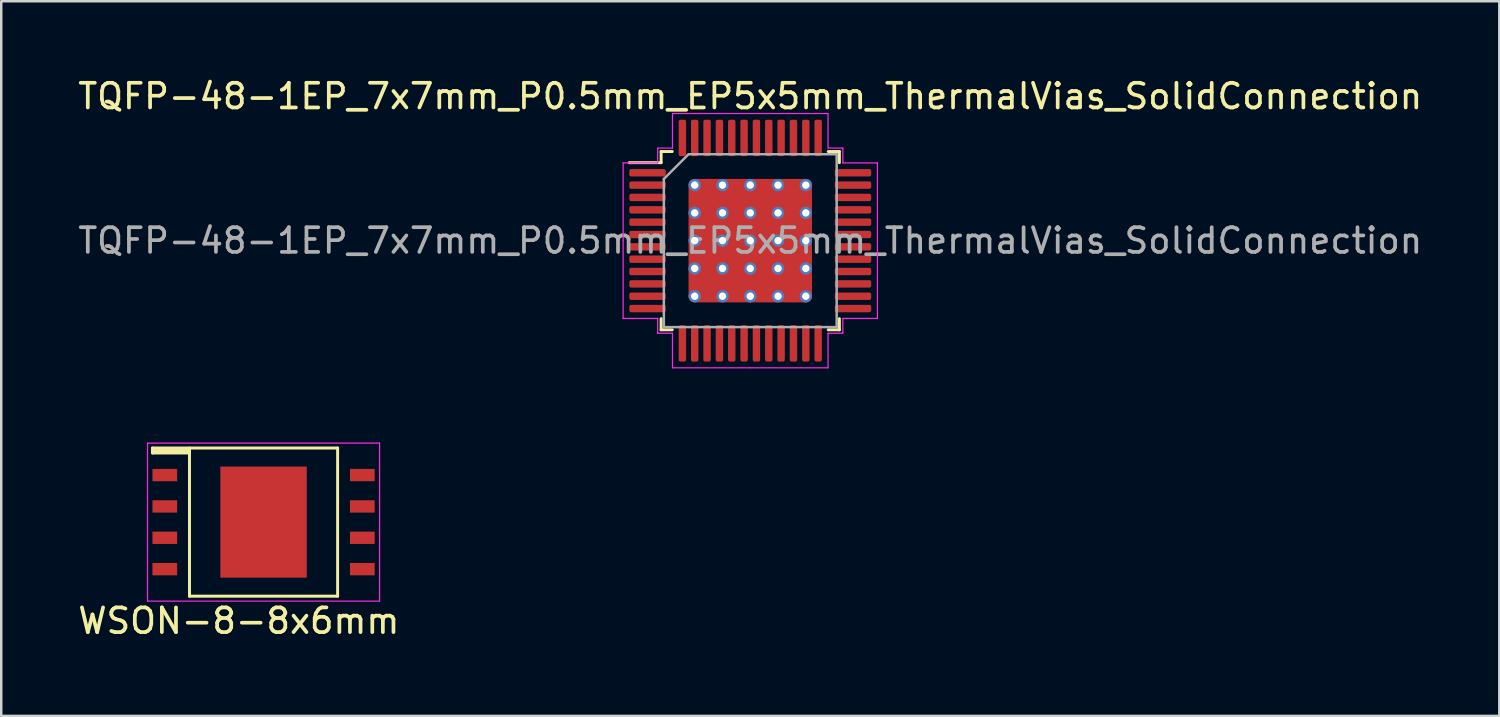
<source format=kicad_pcb>
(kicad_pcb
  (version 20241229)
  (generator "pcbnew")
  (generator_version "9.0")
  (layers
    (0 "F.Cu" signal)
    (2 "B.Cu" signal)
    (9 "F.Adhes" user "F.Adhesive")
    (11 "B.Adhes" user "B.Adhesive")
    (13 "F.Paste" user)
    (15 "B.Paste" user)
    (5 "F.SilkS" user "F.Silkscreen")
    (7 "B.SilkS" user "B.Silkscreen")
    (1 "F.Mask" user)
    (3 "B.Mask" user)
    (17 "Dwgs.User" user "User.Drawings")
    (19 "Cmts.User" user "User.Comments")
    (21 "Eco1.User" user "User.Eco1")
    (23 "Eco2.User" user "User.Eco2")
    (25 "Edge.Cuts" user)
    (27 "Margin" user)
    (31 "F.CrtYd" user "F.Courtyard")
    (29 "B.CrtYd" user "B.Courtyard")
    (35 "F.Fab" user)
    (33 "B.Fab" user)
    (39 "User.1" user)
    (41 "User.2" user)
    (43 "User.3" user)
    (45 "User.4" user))
  (footprint "WSON-8-8x6mm"
    (layer "F.Cu")
    (at 7.625 18.098)
    (property "Reference" "WSON-8-8x6mm" (at -1 4 0) (layer "F.SilkS") (effects (font (size 1 1) (thickness 0.15))))
    (attr through_hole)
    (fp_line (start -4.5 -3) (end -4.5 -2.8) (stroke (width 0.12) (type solid)) (layer "F.SilkS"))
    (fp_line (start -4.5 -2.8) (end -3 -2.8) (stroke (width 0.12) (type solid)) (layer "F.SilkS"))
    (fp_line (start -3 -3) (end -3 3) (stroke (width 0.12) (type solid)) (layer "F.SilkS"))
    (fp_line (start -3 -2.9) (end -4.5 -2.9) (stroke (width 0.12) (type solid)) (layer "F.SilkS"))
    (fp_line (start -3 -2.8) (end -3 -2.9) (stroke (width 0.12) (type solid)) (layer "F.SilkS"))
    (fp_line (start -3 3) (end 3 3) (stroke (width 0.12) (type solid)) (layer "F.SilkS"))
    (fp_line (start 3 -3) (end -4.5 -3) (stroke (width 0.12) (type solid)) (layer "F.SilkS"))
    (fp_line (start 3 3) (end 3 -3) (stroke (width 0.12) (type solid)) (layer "F.SilkS"))
    (fp_line (start -4.7 -3.2) (end -4.7 3.2) (stroke (width 0.05) (type solid)) (layer "F.CrtYd"))
    (fp_line (start -4.7 3.2) (end 4.7 3.2) (stroke (width 0.05) (type solid)) (layer "F.CrtYd"))
    (fp_line (start 4.7 -3.2) (end -4.7 -3.2) (stroke (width 0.05) (type solid)) (layer "F.CrtYd"))
    (fp_line (start 4.7 3.2) (end 4.7 -3.2) (stroke (width 0.05) (type solid)) (layer "F.CrtYd"))
    (pad "1" smd rect (at -4 -1.905) (size 1 0.5) (layers "F.Cu" "F.Mask" "F.Paste"))
    (pad "2" smd rect (at -4 -0.635) (size 1 0.5) (layers "F.Cu" "F.Mask" "F.Paste"))
    (pad "3" smd rect (at -4 0.635) (size 1 0.5) (layers "F.Cu" "F.Mask" "F.Paste"))
    (pad "4" smd rect (at -4 1.905) (size 1 0.5) (layers "F.Cu" "F.Mask" "F.Paste"))
    (pad "5" smd rect (at 4 1.905) (size 1 0.5) (layers "F.Cu" "F.Mask" "F.Paste"))
    (pad "6" smd rect (at 4 0.635) (size 1 0.5) (layers "F.Cu" "F.Mask" "F.Paste"))
    (pad "7" smd rect (at 4 -0.635) (size 1 0.5) (layers "F.Cu" "F.Mask" "F.Paste"))
    (pad "8" smd rect (at 4 -1.905) (size 1 0.5) (layers "F.Cu" "F.Mask" "F.Paste"))
    (pad "9" smd rect (at 0 0) (size 3.5 4.5) (layers "F.Cu" "F.Mask" "F.Paste")))
  (footprint "TQFP-48-1EP_7x7mm_P0.5mm_EP5x5mm_ThermalVias_SolidConnection"
    (layer "F.Cu")
    (at 27.339 6.698)
    (property "Reference" "TQFP-48-1EP_7x7mm_P0.5mm_EP5x5mm_ThermalVias_SolidConnection" (at 0 -5.85 180) (layer "F.SilkS") (effects (font (size 1 1) (thickness 0.15))))
    (attr smd)
    (fp_line (start -3.61 -3.61) (end -3.61 -3.16) (stroke (width 0.12) (type solid)) (layer "F.SilkS"))
    (fp_line (start -3.61 -3.16) (end -4.9 -3.16) (stroke (width 0.12) (type solid)) (layer "F.SilkS"))
    (fp_line (start -3.61 3.61) (end -3.61 3.16) (stroke (width 0.12) (type solid)) (layer "F.SilkS"))
    (fp_line (start -3.16 -3.61) (end -3.61 -3.61) (stroke (width 0.12) (type solid)) (layer "F.SilkS"))
    (fp_line (start -3.16 3.61) (end -3.61 3.61) (stroke (width 0.12) (type solid)) (layer "F.SilkS"))
    (fp_line (start 3.16 -3.61) (end 3.61 -3.61) (stroke (width 0.12) (type solid)) (layer "F.SilkS"))
    (fp_line (start 3.16 3.61) (end 3.61 3.61) (stroke (width 0.12) (type solid)) (layer "F.SilkS"))
    (fp_line (start 3.61 -3.61) (end 3.61 -3.16) (stroke (width 0.12) (type solid)) (layer "F.SilkS"))
    (fp_line (start 3.61 3.61) (end 3.61 3.16) (stroke (width 0.12) (type solid)) (layer "F.SilkS"))
    (fp_line (start -5.15 -3.15) (end -5.15 0) (stroke (width 0.05) (type solid)) (layer "F.CrtYd"))
    (fp_line (start -5.15 3.15) (end -5.15 0) (stroke (width 0.05) (type solid)) (layer "F.CrtYd"))
    (fp_line (start -3.75 -3.75) (end -3.75 -3.15) (stroke (width 0.05) (type solid)) (layer "F.CrtYd"))
    (fp_line (start -3.75 -3.15) (end -5.15 -3.15) (stroke (width 0.05) (type solid)) (layer "F.CrtYd"))
    (fp_line (start -3.75 3.15) (end -5.15 3.15) (stroke (width 0.05) (type solid)) (layer "F.CrtYd"))
    (fp_line (start -3.75 3.75) (end -3.75 3.15) (stroke (width 0.05) (type solid)) (layer "F.CrtYd"))
    (fp_line (start -3.15 -5.15) (end -3.15 -3.75) (stroke (width 0.05) (type solid)) (layer "F.CrtYd"))
    (fp_line (start -3.15 -3.75) (end -3.75 -3.75) (stroke (width 0.05) (type solid)) (layer "F.CrtYd"))
    (fp_line (start -3.15 3.75) (end -3.75 3.75) (stroke (width 0.05) (type solid)) (layer "F.CrtYd"))
    (fp_line (start -3.15 5.15) (end -3.15 3.75) (stroke (width 0.05) (type solid)) (layer "F.CrtYd"))
    (fp_line (start 0 -5.15) (end -3.15 -5.15) (stroke (width 0.05) (type solid)) (layer "F.CrtYd"))
    (fp_line (start 0 -5.15) (end 3.15 -5.15) (stroke (width 0.05) (type solid)) (layer "F.CrtYd"))
    (fp_line (start 0 5.15) (end -3.15 5.15) (stroke (width 0.05) (type solid)) (layer "F.CrtYd"))
    (fp_line (start 0 5.15) (end 3.15 5.15) (stroke (width 0.05) (type solid)) (layer "F.CrtYd"))
    (fp_line (start 3.15 -5.15) (end 3.15 -3.75) (stroke (width 0.05) (type solid)) (layer "F.CrtYd"))
    (fp_line (start 3.15 -3.75) (end 3.75 -3.75) (stroke (width 0.05) (type solid)) (layer "F.CrtYd"))
    (fp_line (start 3.15 3.75) (end 3.75 3.75) (stroke (width 0.05) (type solid)) (layer "F.CrtYd"))
    (fp_line (start 3.15 5.15) (end 3.15 3.75) (stroke (width 0.05) (type solid)) (layer "F.CrtYd"))
    (fp_line (start 3.75 -3.75) (end 3.75 -3.15) (stroke (width 0.05) (type solid)) (layer "F.CrtYd"))
    (fp_line (start 3.75 -3.15) (end 5.15 -3.15) (stroke (width 0.05) (type solid)) (layer "F.CrtYd"))
    (fp_line (start 3.75 3.15) (end 5.15 3.15) (stroke (width 0.05) (type solid)) (layer "F.CrtYd"))
    (fp_line (start 3.75 3.75) (end 3.75 3.15) (stroke (width 0.05) (type solid)) (layer "F.CrtYd"))
    (fp_line (start 5.15 -3.15) (end 5.15 0) (stroke (width 0.05) (type solid)) (layer "F.CrtYd"))
    (fp_line (start 5.15 3.15) (end 5.15 0) (stroke (width 0.05) (type solid)) (layer "F.CrtYd"))
    (fp_line (start -3.5 -2.5) (end -2.5 -3.5) (stroke (width 0.1) (type solid)) (layer "F.Fab"))
    (fp_line (start -3.5 3.5) (end -3.5 -2.5) (stroke (width 0.1) (type solid)) (layer "F.Fab"))
    (fp_line (start -2.5 -3.5) (end 3.5 -3.5) (stroke (width 0.1) (type solid)) (layer "F.Fab"))
    (fp_line (start 3.5 -3.5) (end 3.5 3.5) (stroke (width 0.1) (type solid)) (layer "F.Fab"))
    (fp_line (start 3.5 3.5) (end -3.5 3.5) (stroke (width 0.1) (type solid)) (layer "F.Fab"))
    (fp_text user "${REFERENCE}" (at 0 0 180) (layer "F.Fab") (effects (font (size 1 1) (thickness 0.15))))
    (pad "" smd custom (at -1.688 -1.688) (size 0.891 0.891) (layers "F.Paste") (options (anchor circle)) (primitives (gr_poly (pts (xy -0.504 -0.338) (xy -0.338 -0.504) (xy 0.338 -0.504) (xy 0.504 -0.338) (xy 0.504 0.338) (xy 0.338 0.504) (xy -0.338 0.504) (xy -0.504 0.338)) (width 0) (fill yes))))
    (pad "" smd custom (at -1.688 -0.562) (size 0.891 0.891) (layers "F.Paste") (options (anchor circle)) (primitives (gr_poly (pts (xy -0.504 -0.338) (xy -0.338 -0.504) (xy 0.338 -0.504) (xy 0.504 -0.338) (xy 0.504 0.338) (xy 0.338 0.504) (xy -0.338 0.504) (xy -0.504 0.338)) (width 0) (fill yes))))
    (pad "" smd custom (at -1.688 0.562) (size 0.891 0.891) (layers "F.Paste") (options (anchor circle)) (primitives (gr_poly (pts (xy -0.504 -0.338) (xy -0.338 -0.504) (xy 0.338 -0.504) (xy 0.504 -0.338) (xy 0.504 0.338) (xy 0.338 0.504) (xy -0.338 0.504) (xy -0.504 0.338)) (width 0) (fill yes))))
    (pad "" smd custom (at -1.688 1.688) (size 0.891 0.891) (layers "F.Paste") (options (anchor circle)) (primitives (gr_poly (pts (xy -0.504 -0.338) (xy -0.338 -0.504) (xy 0.338 -0.504) (xy 0.504 -0.338) (xy 0.504 0.338) (xy 0.338 0.504) (xy -0.338 0.504) (xy -0.504 0.338)) (width 0) (fill yes))))
    (pad "" smd custom (at -0.562 -1.688) (size 0.891 0.891) (layers "F.Paste") (options (anchor circle)) (primitives (gr_poly (pts (xy -0.504 -0.338) (xy -0.338 -0.504) (xy 0.338 -0.504) (xy 0.504 -0.338) (xy 0.504 0.338) (xy 0.338 0.504) (xy -0.338 0.504) (xy -0.504 0.338)) (width 0) (fill yes))))
    (pad "" smd custom (at -0.562 -0.562) (size 0.891 0.891) (layers "F.Paste") (options (anchor circle)) (primitives (gr_poly (pts (xy -0.504 -0.338) (xy -0.338 -0.504) (xy 0.338 -0.504) (xy 0.504 -0.338) (xy 0.504 0.338) (xy 0.338 0.504) (xy -0.338 0.504) (xy -0.504 0.338)) (width 0) (fill yes))))
    (pad "" smd custom (at -0.562 0.562) (size 0.891 0.891) (layers "F.Paste") (options (anchor circle)) (primitives (gr_poly (pts (xy -0.504 -0.338) (xy -0.338 -0.504) (xy 0.338 -0.504) (xy 0.504 -0.338) (xy 0.504 0.338) (xy 0.338 0.504) (xy -0.338 0.504) (xy -0.504 0.338)) (width 0) (fill yes))))
    (pad "" smd custom (at -0.562 1.688) (size 0.891 0.891) (layers "F.Paste") (options (anchor circle)) (primitives (gr_poly (pts (xy -0.504 -0.338) (xy -0.338 -0.504) (xy 0.338 -0.504) (xy 0.504 -0.338) (xy 0.504 0.338) (xy 0.338 0.504) (xy -0.338 0.504) (xy -0.504 0.338)) (width 0) (fill yes))))
    (pad "" smd custom (at 0.562 -1.688) (size 0.891 0.891) (layers "F.Paste") (options (anchor circle)) (primitives (gr_poly (pts (xy -0.504 -0.338) (xy -0.338 -0.504) (xy 0.338 -0.504) (xy 0.504 -0.338) (xy 0.504 0.338) (xy 0.338 0.504) (xy -0.338 0.504) (xy -0.504 0.338)) (width 0) (fill yes))))
    (pad "" smd custom (at 0.562 -0.562) (size 0.891 0.891) (layers "F.Paste") (options (anchor circle)) (primitives (gr_poly (pts (xy -0.504 -0.338) (xy -0.338 -0.504) (xy 0.338 -0.504) (xy 0.504 -0.338) (xy 0.504 0.338) (xy 0.338 0.504) (xy -0.338 0.504) (xy -0.504 0.338)) (width 0) (fill yes))))
    (pad "" smd custom (at 0.562 0.562) (size 0.891 0.891) (layers "F.Paste") (options (anchor circle)) (primitives (gr_poly (pts (xy -0.504 -0.338) (xy -0.338 -0.504) (xy 0.338 -0.504) (xy 0.504 -0.338) (xy 0.504 0.338) (xy 0.338 0.504) (xy -0.338 0.504) (xy -0.504 0.338)) (width 0) (fill yes))))
    (pad "" smd custom (at 0.562 1.688) (size 0.891 0.891) (layers "F.Paste") (options (anchor circle)) (primitives (gr_poly (pts (xy -0.504 -0.338) (xy -0.338 -0.504) (xy 0.338 -0.504) (xy 0.504 -0.338) (xy 0.504 0.338) (xy 0.338 0.504) (xy -0.338 0.504) (xy -0.504 0.338)) (width 0) (fill yes))))
    (pad "" smd custom (at 1.688 -1.688) (size 0.891 0.891) (layers "F.Paste") (options (anchor circle)) (primitives (gr_poly (pts (xy -0.504 -0.338) (xy -0.338 -0.504) (xy 0.338 -0.504) (xy 0.504 -0.338) (xy 0.504 0.338) (xy 0.338 0.504) (xy -0.338 0.504) (xy -0.504 0.338)) (width 0) (fill yes))))
    (pad "" smd custom (at 1.688 -0.562) (size 0.891 0.891) (layers "F.Paste") (options (anchor circle)) (primitives (gr_poly (pts (xy -0.504 -0.338) (xy -0.338 -0.504) (xy 0.338 -0.504) (xy 0.504 -0.338) (xy 0.504 0.338) (xy 0.338 0.504) (xy -0.338 0.504) (xy -0.504 0.338)) (width 0) (fill yes))))
    (pad "" smd custom (at 1.688 0.562) (size 0.891 0.891) (layers "F.Paste") (options (anchor circle)) (primitives (gr_poly (pts (xy -0.504 -0.338) (xy -0.338 -0.504) (xy 0.338 -0.504) (xy 0.504 -0.338) (xy 0.504 0.338) (xy 0.338 0.504) (xy -0.338 0.504) (xy -0.504 0.338)) (width 0) (fill yes))))
    (pad "" smd custom (at 1.688 1.688) (size 0.891 0.891) (layers "F.Paste") (options (anchor circle)) (primitives (gr_poly (pts (xy -0.504 -0.338) (xy -0.338 -0.504) (xy 0.338 -0.504) (xy 0.504 -0.338) (xy 0.504 0.338) (xy 0.338 0.504) (xy -0.338 0.504) (xy -0.504 0.338)) (width 0) (fill yes))))
    (pad "1" smd roundrect (at -4.162 -2.75) (size 1.475 0.3) (layers "F.Cu" "F.Mask" "F.Paste") (roundrect_rratio 0.25))
    (pad "2" smd roundrect (at -4.162 -2.25) (size 1.475 0.3) (layers "F.Cu" "F.Mask" "F.Paste") (roundrect_rratio 0.25))
    (pad "3" smd roundrect (at -4.162 -1.75) (size 1.475 0.3) (layers "F.Cu" "F.Mask" "F.Paste") (roundrect_rratio 0.25))
    (pad "4" smd roundrect (at -4.162 -1.25) (size 1.475 0.3) (layers "F.Cu" "F.Mask" "F.Paste") (roundrect_rratio 0.25))
    (pad "5" smd roundrect (at -4.162 -0.75) (size 1.475 0.3) (layers "F.Cu" "F.Mask" "F.Paste") (roundrect_rratio 0.25))
    (pad "6" smd roundrect (at -4.162 -0.25) (size 1.475 0.3) (layers "F.Cu" "F.Mask" "F.Paste") (roundrect_rratio 0.25))
    (pad "7" smd roundrect (at -4.162 0.25) (size 1.475 0.3) (layers "F.Cu" "F.Mask" "F.Paste") (roundrect_rratio 0.25))
    (pad "8" smd roundrect (at -4.162 0.75) (size 1.475 0.3) (layers "F.Cu" "F.Mask" "F.Paste") (roundrect_rratio 0.25))
    (pad "9" smd roundrect (at -4.162 1.25) (size 1.475 0.3) (layers "F.Cu" "F.Mask" "F.Paste") (roundrect_rratio 0.25))
    (pad "10" smd roundrect (at -4.162 1.75) (size 1.475 0.3) (layers "F.Cu" "F.Mask" "F.Paste") (roundrect_rratio 0.25))
    (pad "11" smd roundrect (at -4.162 2.25) (size 1.475 0.3) (layers "F.Cu" "F.Mask" "F.Paste") (roundrect_rratio 0.25))
    (pad "12" smd roundrect (at -4.162 2.75) (size 1.475 0.3) (layers "F.Cu" "F.Mask" "F.Paste") (roundrect_rratio 0.25))
    (pad "13" smd roundrect (at -2.75 4.162) (size 0.3 1.475) (layers "F.Cu" "F.Mask" "F.Paste") (roundrect_rratio 0.25))
    (pad "14" smd roundrect (at -2.25 4.162) (size 0.3 1.475) (layers "F.Cu" "F.Mask" "F.Paste") (roundrect_rratio 0.25))
    (pad "15" smd roundrect (at -1.75 4.162) (size 0.3 1.475) (layers "F.Cu" "F.Mask" "F.Paste") (roundrect_rratio 0.25))
    (pad "16" smd roundrect (at -1.25 4.162) (size 0.3 1.475) (layers "F.Cu" "F.Mask" "F.Paste") (roundrect_rratio 0.25))
    (pad "17" smd roundrect (at -0.75 4.162) (size 0.3 1.475) (layers "F.Cu" "F.Mask" "F.Paste") (roundrect_rratio 0.25))
    (pad "18" smd roundrect (at -0.25 4.162) (size 0.3 1.475) (layers "F.Cu" "F.Mask" "F.Paste") (roundrect_rratio 0.25))
    (pad "19" smd roundrect (at 0.25 4.162) (size 0.3 1.475) (layers "F.Cu" "F.Mask" "F.Paste") (roundrect_rratio 0.25))
    (pad "20" smd roundrect (at 0.75 4.162) (size 0.3 1.475) (layers "F.Cu" "F.Mask" "F.Paste") (roundrect_rratio 0.25))
    (pad "21" smd roundrect (at 1.25 4.162) (size 0.3 1.475) (layers "F.Cu" "F.Mask" "F.Paste") (roundrect_rratio 0.25))
    (pad "22" smd roundrect (at 1.75 4.162) (size 0.3 1.475) (layers "F.Cu" "F.Mask" "F.Paste") (roundrect_rratio 0.25))
    (pad "23" smd roundrect (at 2.25 4.162) (size 0.3 1.475) (layers "F.Cu" "F.Mask" "F.Paste") (roundrect_rratio 0.25))
    (pad "24" smd roundrect (at 2.75 4.162) (size 0.3 1.475) (layers "F.Cu" "F.Mask" "F.Paste") (roundrect_rratio 0.25))
    (pad "25" smd roundrect (at 4.162 2.75) (size 1.475 0.3) (layers "F.Cu" "F.Mask" "F.Paste") (roundrect_rratio 0.25))
    (pad "26" smd roundrect (at 4.162 2.25) (size 1.475 0.3) (layers "F.Cu" "F.Mask" "F.Paste") (roundrect_rratio 0.25))
    (pad "27" smd roundrect (at 4.162 1.75) (size 1.475 0.3) (layers "F.Cu" "F.Mask" "F.Paste") (roundrect_rratio 0.25))
    (pad "28" smd roundrect (at 4.162 1.25) (size 1.475 0.3) (layers "F.Cu" "F.Mask" "F.Paste") (roundrect_rratio 0.25))
    (pad "29" smd roundrect (at 4.162 0.75) (size 1.475 0.3) (layers "F.Cu" "F.Mask" "F.Paste") (roundrect_rratio 0.25))
    (pad "30" smd roundrect (at 4.162 0.25) (size 1.475 0.3) (layers "F.Cu" "F.Mask" "F.Paste") (roundrect_rratio 0.25))
    (pad "31" smd roundrect (at 4.162 -0.25) (size 1.475 0.3) (layers "F.Cu" "F.Mask" "F.Paste") (roundrect_rratio 0.25))
    (pad "32" smd roundrect (at 4.162 -0.75) (size 1.475 0.3) (layers "F.Cu" "F.Mask" "F.Paste") (roundrect_rratio 0.25))
    (pad "33" smd roundrect (at 4.162 -1.25) (size 1.475 0.3) (layers "F.Cu" "F.Mask" "F.Paste") (roundrect_rratio 0.25))
    (pad "34" smd roundrect (at 4.162 -1.75) (size 1.475 0.3) (layers "F.Cu" "F.Mask" "F.Paste") (roundrect_rratio 0.25))
    (pad "35" smd roundrect (at 4.162 -2.25) (size 1.475 0.3) (layers "F.Cu" "F.Mask" "F.Paste") (roundrect_rratio 0.25))
    (pad "36" smd roundrect (at 4.162 -2.75) (size 1.475 0.3) (layers "F.Cu" "F.Mask" "F.Paste") (roundrect_rratio 0.25))
    (pad "37" smd roundrect (at 2.75 -4.162) (size 0.3 1.475) (layers "F.Cu" "F.Mask" "F.Paste") (roundrect_rratio 0.25))
    (pad "38" smd roundrect (at 2.25 -4.162) (size 0.3 1.475) (layers "F.Cu" "F.Mask" "F.Paste") (roundrect_rratio 0.25))
    (pad "39" smd roundrect (at 1.75 -4.162) (size 0.3 1.475) (layers "F.Cu" "F.Mask" "F.Paste") (roundrect_rratio 0.25))
    (pad "40" smd roundrect (at 1.25 -4.162) (size 0.3 1.475) (layers "F.Cu" "F.Mask" "F.Paste") (roundrect_rratio 0.25))
    (pad "41" smd roundrect (at 0.75 -4.162) (size 0.3 1.475) (layers "F.Cu" "F.Mask" "F.Paste") (roundrect_rratio 0.25))
    (pad "42" smd roundrect (at 0.25 -4.162) (size 0.3 1.475) (layers "F.Cu" "F.Mask" "F.Paste") (roundrect_rratio 0.25))
    (pad "43" smd roundrect (at -0.25 -4.162) (size 0.3 1.475) (layers "F.Cu" "F.Mask" "F.Paste") (roundrect_rratio 0.25))
    (pad "44" smd roundrect (at -0.75 -4.162) (size 0.3 1.475) (layers "F.Cu" "F.Mask" "F.Paste") (roundrect_rratio 0.25))
    (pad "45" smd roundrect (at -1.25 -4.162) (size 0.3 1.475) (layers "F.Cu" "F.Mask" "F.Paste") (roundrect_rratio 0.25))
    (pad "46" smd roundrect (at -1.75 -4.162) (size 0.3 1.475) (layers "F.Cu" "F.Mask" "F.Paste") (roundrect_rratio 0.25))
    (pad "47" smd roundrect (at -2.25 -4.162) (size 0.3 1.475) (layers "F.Cu" "F.Mask" "F.Paste") (roundrect_rratio 0.25))
    (pad "48" smd roundrect (at -2.75 -4.162) (size 0.3 1.475) (layers "F.Cu" "F.Mask" "F.Paste") (roundrect_rratio 0.25))
    (pad "49" thru_hole circle (at -2.25 -2.25) (size 0.5 0.5) (drill 0.3) (layers "*.Cu"))
    (pad "49" thru_hole circle (at -2.25 -1.125) (size 0.5 0.5) (drill 0.3) (layers "*.Cu"))
    (pad "49" thru_hole circle (at -2.25 0) (size 0.5 0.5) (drill 0.3) (layers "*.Cu"))
    (pad "49" thru_hole circle (at -2.25 1.125) (size 0.5 0.5) (drill 0.3) (layers "*.Cu"))
    (pad "49" thru_hole circle (at -2.25 2.25) (size 0.5 0.5) (drill 0.3) (layers "*.Cu"))
    (pad "49" thru_hole circle (at -1.125 -2.25) (size 0.5 0.5) (drill 0.3) (layers "*.Cu"))
    (pad "49" thru_hole circle (at -1.125 -1.125) (size 0.5 0.5) (drill 0.3) (layers "*.Cu"))
    (pad "49" thru_hole circle (at -1.125 0) (size 0.5 0.5) (drill 0.3) (layers "*.Cu"))
    (pad "49" thru_hole circle (at -1.125 1.125) (size 0.5 0.5) (drill 0.3) (layers "*.Cu"))
    (pad "49" thru_hole circle (at -1.125 2.25) (size 0.5 0.5) (drill 0.3) (layers "*.Cu"))
    (pad "49" thru_hole circle (at 0 -2.25) (size 0.5 0.5) (drill 0.3) (layers "*.Cu"))
    (pad "49" thru_hole circle (at 0 -1.125) (size 0.5 0.5) (drill 0.3) (layers "*.Cu"))
    (pad "49" thru_hole circle (at 0 0) (size 0.5 0.5) (drill 0.3) (layers "*.Cu"))
    (pad "49" smd roundrect (at 0 0) (size 5 5) (layers "F.Cu" "F.Mask") (roundrect_rratio 0.05))
    (pad "49" thru_hole circle (at 0 1.125) (size 0.5 0.5) (drill 0.3) (layers "*.Cu"))
    (pad "49" thru_hole circle (at 0 2.25) (size 0.5 0.5) (drill 0.3) (layers "*.Cu"))
    (pad "49" thru_hole circle (at 1.125 -2.25) (size 0.5 0.5) (drill 0.3) (layers "*.Cu"))
    (pad "49" thru_hole circle (at 1.125 -1.125) (size 0.5 0.5) (drill 0.3) (layers "*.Cu"))
    (pad "49" thru_hole circle (at 1.125 0) (size 0.5 0.5) (drill 0.3) (layers "*.Cu"))
    (pad "49" thru_hole circle (at 1.125 1.125) (size 0.5 0.5) (drill 0.3) (layers "*.Cu"))
    (pad "49" thru_hole circle (at 1.125 2.25) (size 0.5 0.5) (drill 0.3) (layers "*.Cu"))
    (pad "49" thru_hole circle (at 2.25 -2.25) (size 0.5 0.5) (drill 0.3) (layers "*.Cu"))
    (pad "49" thru_hole circle (at 2.25 -1.125) (size 0.5 0.5) (drill 0.3) (layers "*.Cu"))
    (pad "49" thru_hole circle (at 2.25 0) (size 0.5 0.5) (drill 0.3) (layers "*.Cu"))
    (pad "49" thru_hole circle (at 2.25 1.125) (size 0.5 0.5) (drill 0.3) (layers "*.Cu"))
    (pad "49" thru_hole circle (at 2.25 2.25) (size 0.5 0.5) (drill 0.3) (layers "*.Cu")))
  (gr_rect
    (start -3 -3)
    (end 57.679 25.947)
    (stroke (width 0.1) (type default))
    (fill no)
    (layer "Edge.Cuts")))
</source>
